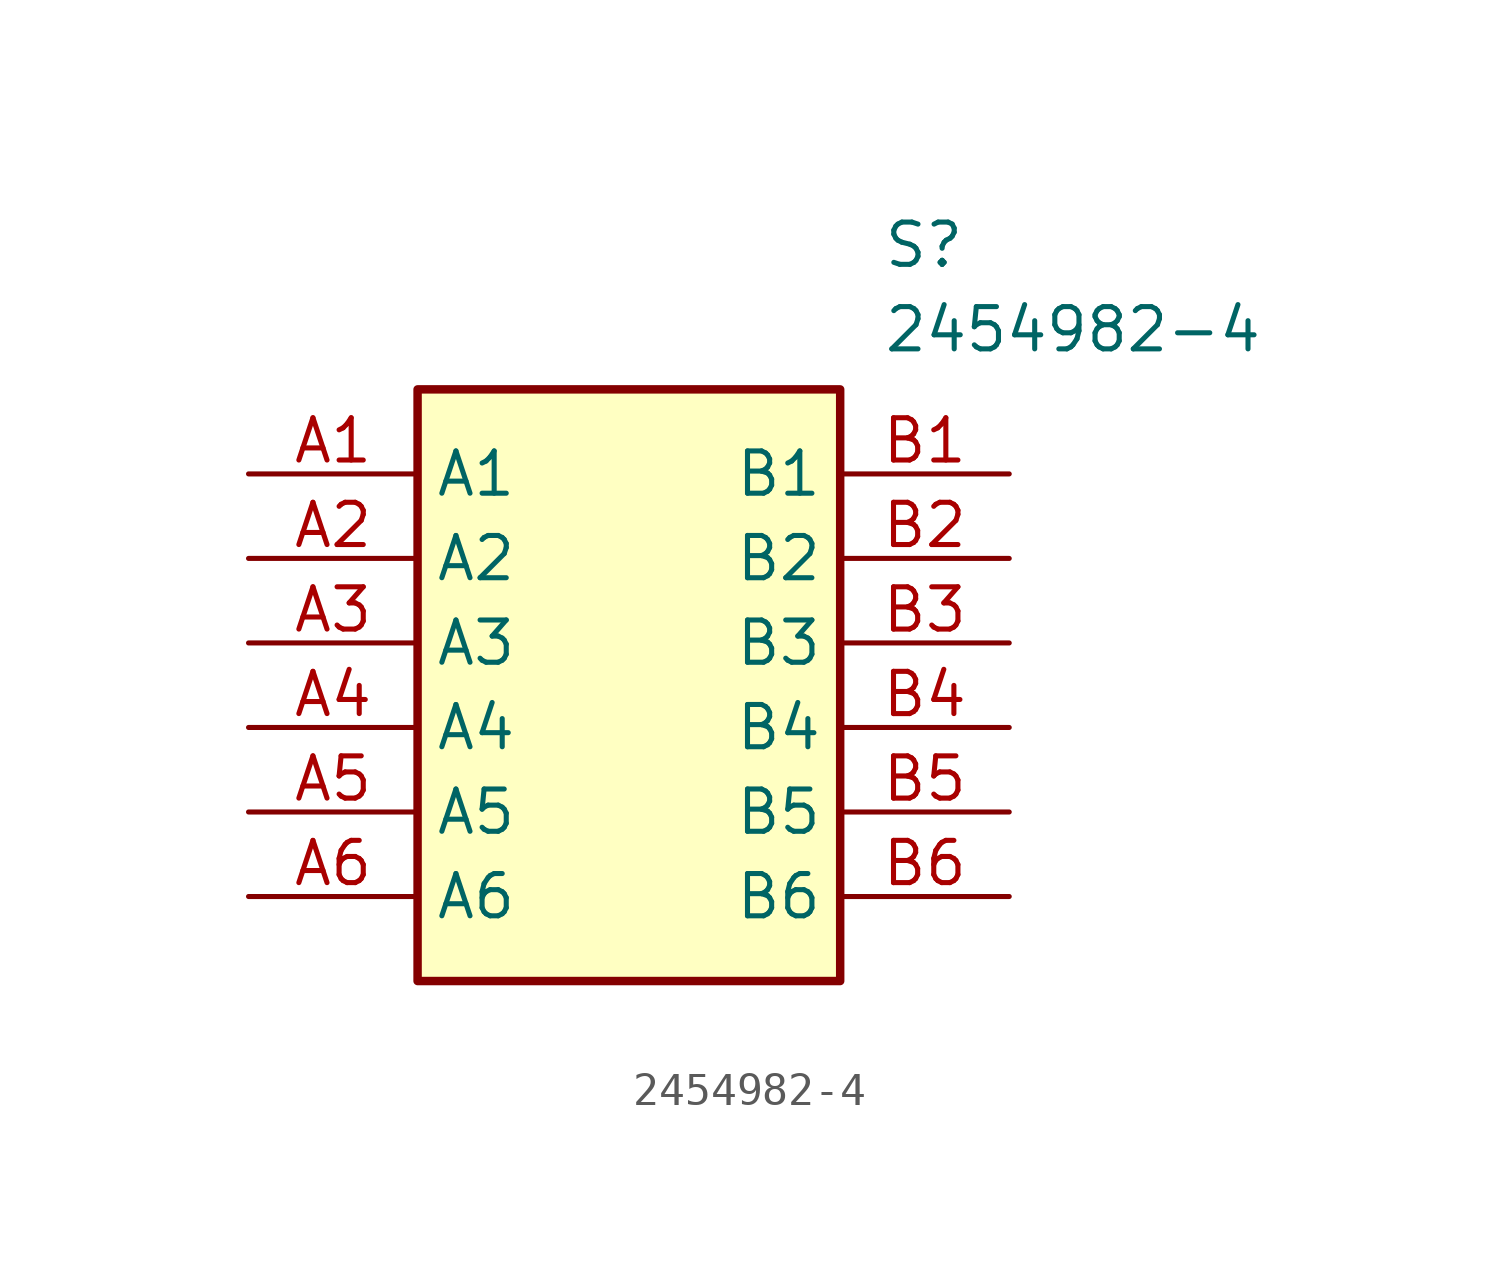
<source format=kicad_sym>
(kicad_symbol_lib
  (version 20231120)
  (generator "kicad_symbol_editor")
  (generator_version "8.0")
  (symbol "2454982-4"
    (property "Reference" "S"
      (at 19.05 7.62 0)
      (effects (font (size 1.27 1.27)) (justify left top)))
    (property "Value" "2454982-4"
      (at 19.05 5.08 0)
      (effects (font (size 1.27 1.27)) (justify left top)))
    (symbol "2454982-4_1_1"
      (rectangle (start 5.08 2.54) (end 17.78 -15.24) (stroke (width 0.254) (type default)) (fill (type background)))
      (pin passive line (at 0 0 0) (length 5.08) (name "A1" (effects (font (size 1.27 1.27)))) (number "A1" (effects (font (size 1.27 1.27)))))
      (pin passive line (at 0 -2.54 0) (length 5.08) (name "A2" (effects (font (size 1.27 1.27)))) (number "A2" (effects (font (size 1.27 1.27)))))
      (pin passive line (at 0 -5.08 0) (length 5.08) (name "A3" (effects (font (size 1.27 1.27)))) (number "A3" (effects (font (size 1.27 1.27)))))
      (pin passive line (at 0 -7.62 0) (length 5.08) (name "A4" (effects (font (size 1.27 1.27)))) (number "A4" (effects (font (size 1.27 1.27)))))
      (pin passive line (at 0 -10.16 0) (length 5.08) (name "A5" (effects (font (size 1.27 1.27)))) (number "A5" (effects (font (size 1.27 1.27)))))
      (pin passive line (at 0 -12.7 0) (length 5.08) (name "A6" (effects (font (size 1.27 1.27)))) (number "A6" (effects (font (size 1.27 1.27)))))
      (pin passive line (at 22.86 0 180) (length 5.08) (name "B1" (effects (font (size 1.27 1.27)))) (number "B1" (effects (font (size 1.27 1.27)))))
      (pin passive line (at 22.86 -2.54 180) (length 5.08) (name "B2" (effects (font (size 1.27 1.27)))) (number "B2" (effects (font (size 1.27 1.27)))))
      (pin passive line (at 22.86 -5.08 180) (length 5.08) (name "B3" (effects (font (size 1.27 1.27)))) (number "B3" (effects (font (size 1.27 1.27)))))
      (pin passive line (at 22.86 -7.62 180) (length 5.08) (name "B4" (effects (font (size 1.27 1.27)))) (number "B4" (effects (font (size 1.27 1.27)))))
      (pin passive line (at 22.86 -10.16 180) (length 5.08) (name "B5" (effects (font (size 1.27 1.27)))) (number "B5" (effects (font (size 1.27 1.27)))))
      (pin passive line (at 22.86 -12.7 180) (length 5.08) (name "B6" (effects (font (size 1.27 1.27)))) (number "B6" (effects (font (size 1.27 1.27))))))))
</source>
